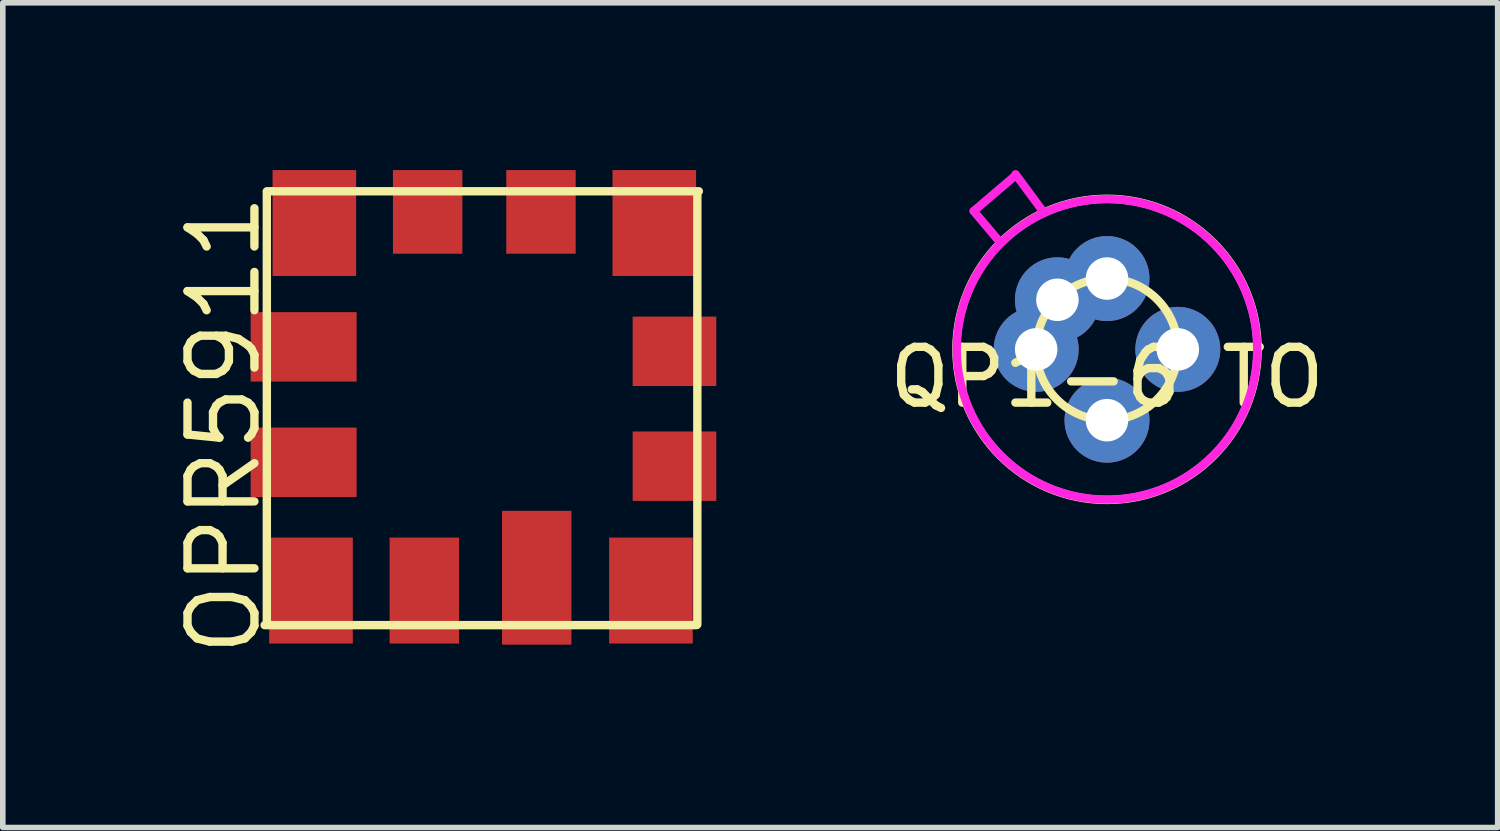
<source format=kicad_pcb>
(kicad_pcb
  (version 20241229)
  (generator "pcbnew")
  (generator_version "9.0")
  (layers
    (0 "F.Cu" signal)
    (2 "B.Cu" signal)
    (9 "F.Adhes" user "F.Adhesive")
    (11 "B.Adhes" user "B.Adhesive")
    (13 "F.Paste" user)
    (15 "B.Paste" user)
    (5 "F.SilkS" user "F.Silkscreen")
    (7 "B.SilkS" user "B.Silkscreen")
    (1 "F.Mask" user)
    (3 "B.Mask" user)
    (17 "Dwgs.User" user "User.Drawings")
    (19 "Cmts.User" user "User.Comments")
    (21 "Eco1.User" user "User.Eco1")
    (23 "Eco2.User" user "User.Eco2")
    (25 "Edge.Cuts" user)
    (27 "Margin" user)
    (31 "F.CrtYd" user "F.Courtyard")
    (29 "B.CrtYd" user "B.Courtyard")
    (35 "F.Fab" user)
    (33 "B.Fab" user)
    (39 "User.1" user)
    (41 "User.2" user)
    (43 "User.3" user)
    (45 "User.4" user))
  (footprint "QP1-6 TO"
    (layer "F.Cu")
    (at 16.801 3.215)
    (property "Reference" "QP1-6 TO" (at 0 0.5 0) (layer "F.SilkS") (effects (font (size 1 1) (thickness 0.15))))
    (attr through_hole)
    (fp_circle (center 0 0) (end 1.27 0) (stroke (width 0.15) (type solid)) (fill no) (layer "F.SilkS"))
    (fp_circle (center 0 0) (end 2.7 0) (stroke (width 0.15) (type solid)) (fill no) (layer "F.SilkS"))
    (fp_line (start -2.39 -2.48) (end -1.91 -1.91) (stroke (width 0.15) (type solid)) (layer "F.CrtYd"))
    (fp_line (start -1.64 -3.12) (end -2.39 -2.48) (stroke (width 0.15) (type solid)) (layer "F.CrtYd"))
    (fp_line (start -1.13 -2.45) (end -1.64 -3.14) (stroke (width 0.15) (type solid)) (layer "F.CrtYd"))
    (fp_circle (center 0 0) (end 1.905 1.905) (stroke (width 0.15) (type solid)) (fill no) (layer "F.CrtYd"))
    (pad "1" thru_hole circle (at 0 -1.27) (size 1.524 1.524) (drill 0.762) (layers "*.Cu" "*.Mask"))
    (pad "2" thru_hole circle (at 1.27 0) (size 1.524 1.524) (drill 0.762) (layers "*.Cu" "*.Mask"))
    (pad "3" thru_hole circle (at 0 1.27) (size 1.524 1.524) (drill 0.762) (layers "*.Cu" "*.Mask"))
    (pad "4" thru_hole circle (at -1.27 0) (size 1.524 1.524) (drill 0.762) (layers "*.Cu" "*.Mask"))
    (pad "5" thru_hole circle (at -0.889 -0.889) (size 1.524 1.524) (drill 0.762) (layers "*.Cu" "*.Mask")))
  (footprint "OPR5911"
    (layer "F.Cu")
    (at 3.975 0.46)
    (property "Reference" "OPR5911" (at -3.01 4.11 90) (layer "F.SilkS") (effects (font (size 1.2 1.2) (thickness 0.15))))
    (attr through_hole)
    (fp_line (start -2.28 7.7) (end 5.467 7.7) (stroke (width 0.15) (type solid)) (layer "F.SilkS"))
    (fp_line (start -2.24 -0.08) (end 5.507 -0.08) (stroke (width 0.15) (type solid)) (layer "F.SilkS"))
    (fp_line (start -2.24 -0.06) (end -2.24 7.687) (stroke (width 0.15) (type solid)) (layer "F.SilkS"))
    (fp_line (start 5.48 -0.06) (end 5.48 7.687) (stroke (width 0.15) (type solid)) (layer "F.SilkS"))
    (pad "1" smd rect (at 2.6 6.85) (size 1.245 2.4) (layers "F.Cu" "F.Mask" "F.Paste"))
    (pad "2" smd rect (at 4.648 7.08) (size 1.499 1.9) (layers "F.Cu" "F.Mask" "F.Paste"))
    (pad "3" smd rect (at 5.07 4.85) (size 1.5 1.245) (layers "F.Cu" "F.Mask" "F.Paste"))
    (pad "4" smd rect (at 5.07 2.79) (size 1.5 1.245) (layers "F.Cu" "F.Mask" "F.Paste"))
    (pad "5" smd rect (at 4.708 0.49) (size 1.499 1.9) (layers "F.Cu" "F.Mask" "F.Paste"))
    (pad "6" smd rect (at 2.676 0.29) (size 1.245 1.5) (layers "F.Cu" "F.Mask" "F.Paste"))
    (pad "7" smd rect (at 0.644 0.29) (size 1.245 1.5) (layers "F.Cu" "F.Mask" "F.Paste"))
    (pad "8" smd rect (at -1.388 0.49) (size 1.499 1.9) (layers "F.Cu" "F.Mask" "F.Paste"))
    (pad "9" smd rect (at -1.58 2.71) (size 1.9 1.245) (layers "F.Cu" "F.Mask" "F.Paste"))
    (pad "10" smd rect (at -1.58 4.78) (size 1.9 1.245) (layers "F.Cu" "F.Mask" "F.Paste"))
    (pad "11" smd rect (at -1.448 7.08) (size 1.499 1.9) (layers "F.Cu" "F.Mask" "F.Paste"))
    (pad "12" smd rect (at 0.584 7.08) (size 1.245 1.9) (layers "F.Cu" "F.Mask" "F.Paste")))
  (gr_rect
    (start -3 -3)
    (end 23.807 11.789)
    (stroke (width 0.1) (type default))
    (fill no)
    (layer "Edge.Cuts")))
</source>
